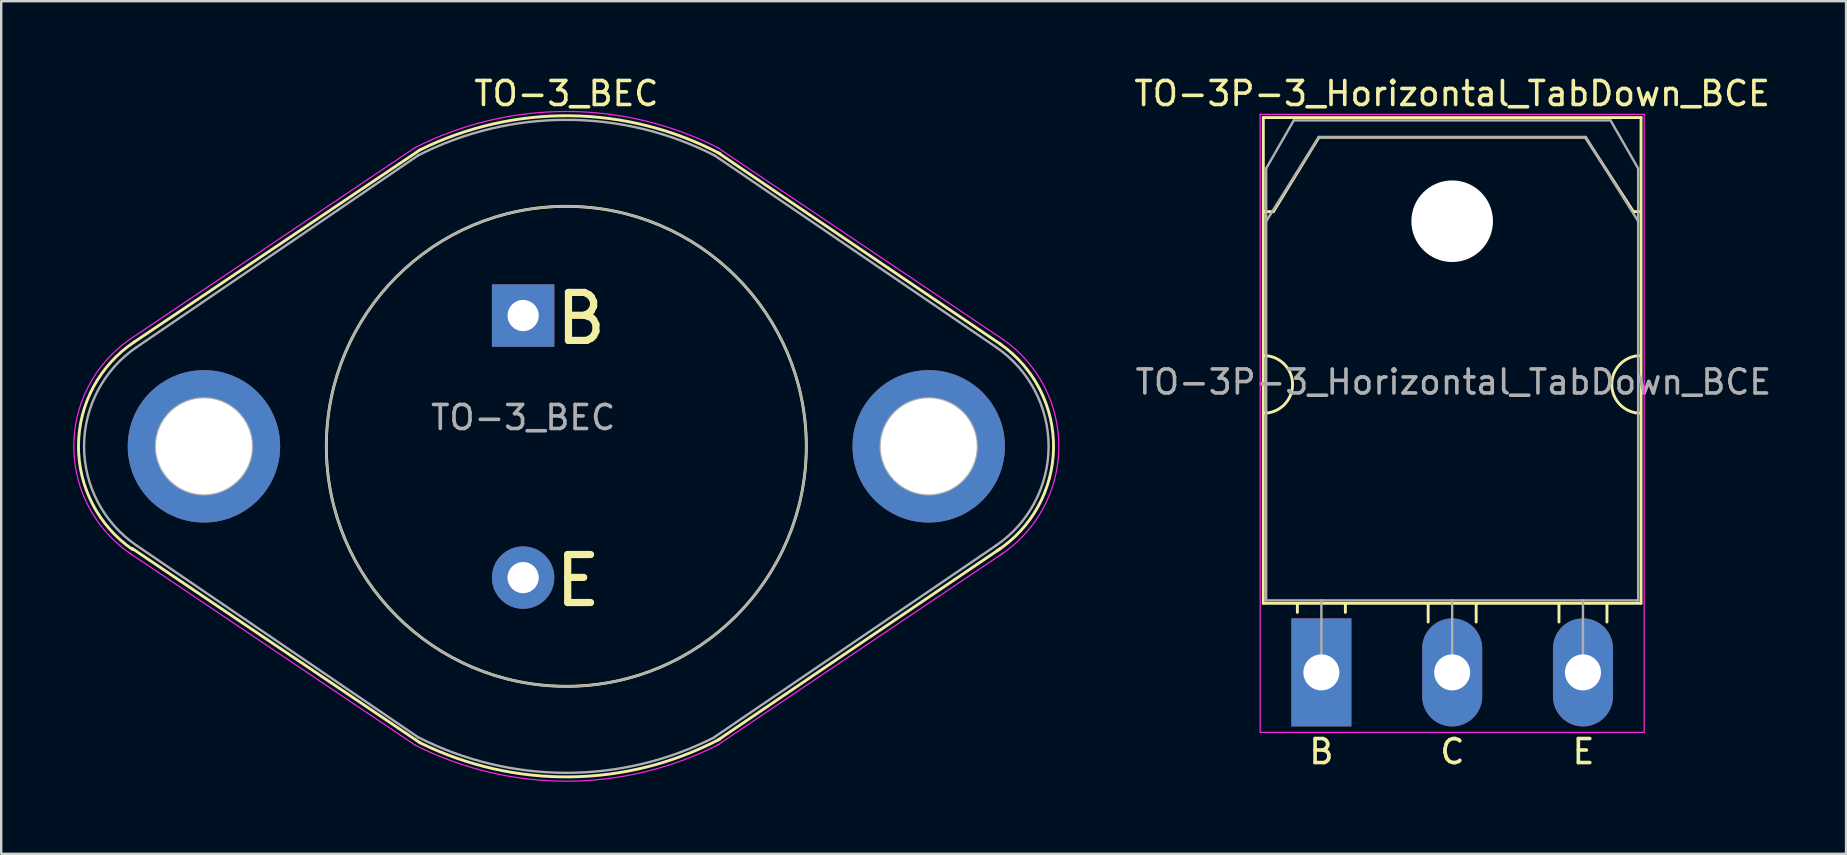
<source format=kicad_pcb>
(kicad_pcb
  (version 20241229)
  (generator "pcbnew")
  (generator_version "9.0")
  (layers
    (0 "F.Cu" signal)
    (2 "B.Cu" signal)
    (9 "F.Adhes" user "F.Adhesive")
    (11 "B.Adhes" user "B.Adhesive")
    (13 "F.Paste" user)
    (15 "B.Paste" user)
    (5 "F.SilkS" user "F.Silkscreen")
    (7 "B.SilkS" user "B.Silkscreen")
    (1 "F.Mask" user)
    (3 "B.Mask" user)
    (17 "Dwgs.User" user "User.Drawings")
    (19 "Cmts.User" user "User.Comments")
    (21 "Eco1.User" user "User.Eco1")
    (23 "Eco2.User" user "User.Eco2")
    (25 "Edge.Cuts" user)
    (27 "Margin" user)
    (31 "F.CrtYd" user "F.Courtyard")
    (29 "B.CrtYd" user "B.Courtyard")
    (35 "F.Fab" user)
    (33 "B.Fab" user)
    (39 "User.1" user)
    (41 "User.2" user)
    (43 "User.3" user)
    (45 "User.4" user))
  (footprint "TO-3_BEC"
    (layer "F.Cu")
    (at 18.748 10.098)
    (property "Reference" "TO-3_BEC" (at 1.8 -9.25 0) (layer "F.SilkS") (effects (font (size 1 1) (thickness 0.15))))
    (fp_line (start -4.3 -6.9) (end -16.2 1.1) (stroke (width 0.12) (type solid)) (layer "F.SilkS"))
    (fp_line (start -4.3 17.8) (end -16.3 9.7) (stroke (width 0.12) (type solid)) (layer "F.SilkS"))
    (fp_line (start 8.1 -6.8) (end 19.9 1.2) (stroke (width 0.12) (type solid)) (layer "F.SilkS"))
    (fp_line (start 8.1 17.7) (end 19.9 9.7) (stroke (width 0.12) (type solid)) (layer "F.SilkS"))
    (fp_arc (start -16.276967 9.747694) (mid -18.527843 5.403471) (end -16.2 1.1) (stroke (width 0.12) (type solid)) (layer "F.SilkS"))
    (fp_arc (start -4.3 -6.9) (mid 1.971643 -8.323273) (end 8.20587 -6.744152) (stroke (width 0.12) (type solid)) (layer "F.SilkS"))
    (fp_arc (start 8.20587 17.644152) (mid 1.971643 19.223273) (end -4.3 17.8) (stroke (width 0.12) (type solid)) (layer "F.SilkS"))
    (fp_arc (start 19.9 1.2) (mid 22.101343 5.542388) (end 19.747176 9.803859) (stroke (width 0.12) (type solid)) (layer "F.SilkS"))
    (fp_circle (center 1.8 5.45) (end 11.8 5.4) (stroke (width 0.12) (type solid)) (fill no) (layer "F.SilkS"))
    (fp_line (start -4.5 -7) (end -16.4 1) (stroke (width 0.05) (type solid)) (layer "F.CrtYd"))
    (fp_line (start -4.5 17.9) (end -16.4 9.9) (stroke (width 0.05) (type solid)) (layer "F.CrtYd"))
    (fp_line (start 8.1 -7) (end 20 1) (stroke (width 0.05) (type solid)) (layer "F.CrtYd"))
    (fp_line (start 8.1 17.9) (end 20 9.9) (stroke (width 0.05) (type solid)) (layer "F.CrtYd"))
    (fp_arc (start -16.296319 9.970461) (mid -18.722967 5.512679) (end -16.4 1) (stroke (width 0.05) (type solid)) (layer "F.CrtYd"))
    (fp_arc (start -4.5 -7) (mid 1.83884 -8.503171) (end 8.169214 -6.964733) (stroke (width 0.05) (type solid)) (layer "F.CrtYd"))
    (fp_arc (start 8.169214 17.864733) (mid 1.83884 19.403171) (end -4.5 17.9) (stroke (width 0.05) (type solid)) (layer "F.CrtYd"))
    (fp_arc (start 20 1) (mid 22.322967 5.512679) (end 19.896319 9.970461) (stroke (width 0.05) (type solid)) (layer "F.CrtYd"))
    (fp_line (start -4.38 -6.67) (end -16.11 1.32) (stroke (width 0.1) (type solid)) (layer "F.Fab"))
    (fp_line (start -4.38 17.57) (end -16.11 9.58) (stroke (width 0.1) (type solid)) (layer "F.Fab"))
    (fp_line (start 7.98 -6.67) (end 19.71 1.32) (stroke (width 0.1) (type solid)) (layer "F.Fab"))
    (fp_line (start 7.98 17.56) (end 19.71 9.58) (stroke (width 0.1) (type solid)) (layer "F.Fab"))
    (fp_arc (start -16.105547 9.583026) (mid -18.295297 5.452692) (end -16.11 1.32) (stroke (width 0.1) (type solid)) (layer "F.Fab"))
    (fp_arc (start -4.38 -6.67) (mid 1.795945 -8.15466) (end 7.972773 -6.673682) (stroke (width 0.1) (type solid)) (layer "F.Fab"))
    (fp_arc (start 7.972773 17.573682) (mid 1.795945 19.05466) (end -4.38 17.57) (stroke (width 0.1) (type solid)) (layer "F.Fab"))
    (fp_arc (start 19.71 1.32) (mid 21.895297 5.452692) (end 19.705547 9.583026) (stroke (width 0.1) (type solid)) (layer "F.Fab"))
    (fp_circle (center -13.3 5.45) (end -15.3 5.45) (stroke (width 0.1) (type solid)) (fill no) (layer "F.Fab"))
    (fp_circle (center 1.8 5.45) (end 11.8 5.45) (stroke (width 0.1) (type solid)) (fill no) (layer "F.Fab"))
    (fp_circle (center 16.9 5.45) (end 18.9 5.45) (stroke (width 0.1) (type solid)) (fill no) (layer "F.Fab"))
    (fp_text user "E" (at 2.286 11.049 0) (unlocked yes) (layer "F.SilkS") (effects (font (size 2 2) (thickness 0.3))))
    (fp_text user "B" (at 2.413 0.127 0) (unlocked yes) (layer "F.SilkS") (effects (font (size 2 2) (thickness 0.3))))
    (fp_text user "${REFERENCE}" (at 0 4.25 0) (layer "F.Fab") (effects (font (size 1 1) (thickness 0.15))))
    (pad "1" thru_hole rect (at 0 0) (size 2.6 2.6) (drill 1.3) (layers "*.Cu" "*.Mask"))
    (pad "2" thru_hole circle (at 0 10.92) (size 2.6 2.6) (drill 1.3) (layers "*.Cu" "*.Mask"))
    (pad "3" thru_hole circle (at -13.3 5.45) (size 6.35 6.35) (drill 4) (layers "*.Cu" "*.Mask"))
    (pad "3" thru_hole circle (at 16.9 5.45) (size 6.35 6.35) (drill 4) (layers "*.Cu" "*.Mask")))
  (footprint "TO-3P-3_Horizontal_TabDown_BCE"
    (layer "F.Cu")
    (at 52.01 24.968)
    (property "Reference" "TO-3P-3_Horizontal_TabDown_BCE" (at 5.45 -24.12 0) (layer "F.SilkS") (effects (font (size 1 1) (thickness 0.15))))
    (attr through_hole)
    (fp_line (start -2.42 -23.12) (end -2.42 -2.88) (stroke (width 0.12) (type solid)) (layer "F.SilkS"))
    (fp_line (start -2.42 -23.12) (end 13.32 -23.12) (stroke (width 0.12) (type solid)) (layer "F.SilkS"))
    (fp_line (start -2.42 -2.88) (end 13.32 -2.88) (stroke (width 0.12) (type solid)) (layer "F.SilkS"))
    (fp_line (start -2 -19.2) (end -2.4 -19.2) (stroke (width 0.12) (type solid)) (layer "F.SilkS"))
    (fp_line (start -2 -19.2) (end -0.1 -22.3) (stroke (width 0.12) (type solid)) (layer "F.SilkS"))
    (fp_line (start -1 -2.85) (end -1 -2.5) (stroke (width 0.12) (type solid)) (layer "F.SilkS"))
    (fp_line (start -0.1 -22.3) (end 11 -22.3) (stroke (width 0.12) (type solid)) (layer "F.SilkS"))
    (fp_line (start 1 -2.85) (end 1 -2.5) (stroke (width 0.12) (type solid)) (layer "F.SilkS"))
    (fp_line (start 4.45 -2.85) (end 4.45 -2.1) (stroke (width 0.12) (type solid)) (layer "F.SilkS"))
    (fp_line (start 6.45 -2.85) (end 6.45 -2.1) (stroke (width 0.12) (type solid)) (layer "F.SilkS"))
    (fp_line (start 9.9 -2.85) (end 9.9 -2.1) (stroke (width 0.12) (type solid)) (layer "F.SilkS"))
    (fp_line (start 11 -22.3) (end 13 -19.2) (stroke (width 0.12) (type solid)) (layer "F.SilkS"))
    (fp_line (start 11.9 -2.85) (end 11.9 -2.1) (stroke (width 0.12) (type solid)) (layer "F.SilkS"))
    (fp_line (start 13 -19.2) (end 13.3 -19.2) (stroke (width 0.12) (type solid)) (layer "F.SilkS"))
    (fp_line (start 13.32 -23.12) (end 13.32 -2.88) (stroke (width 0.12) (type solid)) (layer "F.SilkS"))
    (fp_arc (start -2.4 -13.2) (mid -1.2 -12) (end -2.4 -10.8) (stroke (width 0.12) (type solid)) (layer "F.SilkS"))
    (fp_arc (start 13.3 -10.8) (mid 12.1 -12) (end 13.3 -13.2) (stroke (width 0.12) (type solid)) (layer "F.SilkS"))
    (fp_line (start -2.55 -23.25) (end -2.55 2.5) (stroke (width 0.05) (type solid)) (layer "F.CrtYd"))
    (fp_line (start -2.55 2.5) (end 13.45 2.5) (stroke (width 0.05) (type solid)) (layer "F.CrtYd"))
    (fp_line (start 13.45 -23.25) (end -2.55 -23.25) (stroke (width 0.05) (type solid)) (layer "F.CrtYd"))
    (fp_line (start 13.45 2.5) (end 13.45 -23.25) (stroke (width 0.05) (type solid)) (layer "F.CrtYd"))
    (fp_line (start -2.3 -21) (end -1.15 -23) (stroke (width 0.1) (type solid)) (layer "F.Fab"))
    (fp_line (start -2.3 -18.8) (end -2.3 -21) (stroke (width 0.1) (type solid)) (layer "F.Fab"))
    (fp_line (start -2.3 -18.8) (end -0.11 -22.3) (stroke (width 0.1) (type solid)) (layer "F.Fab"))
    (fp_line (start -2.3 -3) (end -2.3 -18.8) (stroke (width 0.1) (type solid)) (layer "F.Fab"))
    (fp_line (start -1.15 -23) (end 12.05 -23) (stroke (width 0.1) (type solid)) (layer "F.Fab"))
    (fp_line (start -0.11 -22.3) (end 11.01 -22.3) (stroke (width 0.1) (type solid)) (layer "F.Fab"))
    (fp_line (start 0 -3) (end 0 0) (stroke (width 0.1) (type solid)) (layer "F.Fab"))
    (fp_line (start 5.45 -3) (end 5.45 0) (stroke (width 0.1) (type solid)) (layer "F.Fab"))
    (fp_line (start 10.9 -3) (end 10.9 0) (stroke (width 0.1) (type solid)) (layer "F.Fab"))
    (fp_line (start 11.01 -22.3) (end 13.2 -18.8) (stroke (width 0.1) (type solid)) (layer "F.Fab"))
    (fp_line (start 12.05 -23) (end 13.2 -21) (stroke (width 0.1) (type solid)) (layer "F.Fab"))
    (fp_line (start 13.2 -21) (end 13.2 -18.8) (stroke (width 0.1) (type solid)) (layer "F.Fab"))
    (fp_line (start 13.2 -18.8) (end 13.2 -3) (stroke (width 0.1) (type solid)) (layer "F.Fab"))
    (fp_line (start 13.2 -3) (end -2.3 -3) (stroke (width 0.1) (type solid)) (layer "F.Fab"))
    (fp_circle (center 5.45 -18.8) (end 7.05 -18.8) (stroke (width 0.1) (type solid)) (fill no) (layer "F.Fab"))
    (fp_text user "B" (at 0 3.302 0) (layer "F.SilkS") (effects (font (size 1 1) (thickness 0.15))))
    (fp_text user "E" (at 10.922 3.302 0) (layer "F.SilkS") (effects (font (size 1 1) (thickness 0.15))))
    (fp_text user "C" (at 5.461 3.302 0) (layer "F.SilkS") (effects (font (size 1 1) (thickness 0.15))))
    (fp_text user "${REFERENCE}" (at 5.5 -12.1 0) (layer "F.Fab") (effects (font (size 1 1) (thickness 0.15))))
    (pad "" np_thru_hole oval (at 5.45 -18.8) (size 3.4 3.4) (drill 3.4) (layers "*.Cu" "*.Mask"))
    (pad "1" thru_hole rect (at 0 0) (size 2.5 4.5) (drill 1.5) (layers "*.Cu" "*.Mask"))
    (pad "2" thru_hole oval (at 5.45 0) (size 2.5 4.5) (drill 1.5) (layers "*.Cu" "*.Mask"))
    (pad "3" thru_hole oval (at 10.9 0) (size 2.5 4.5) (drill 1.5) (layers "*.Cu" "*.Mask")))
  (gr_rect
    (start -3 -3)
    (end 73.873 32.526)
    (stroke (width 0.1) (type default))
    (fill no)
    (layer "Edge.Cuts")))
</source>
